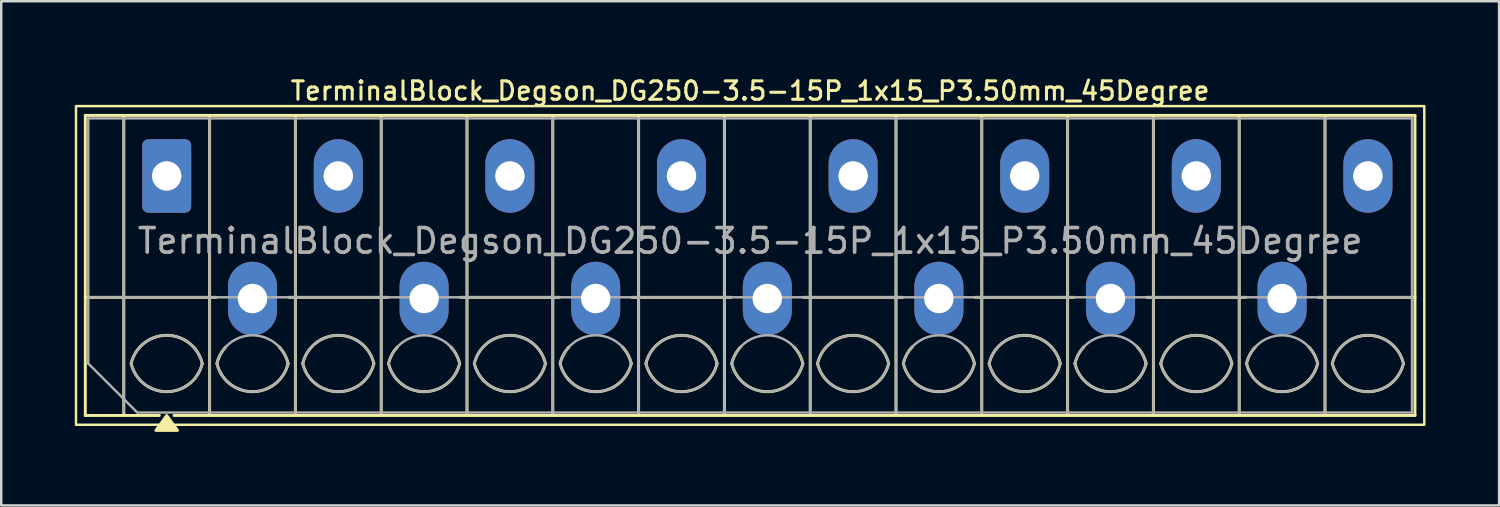
<source format=kicad_pcb>
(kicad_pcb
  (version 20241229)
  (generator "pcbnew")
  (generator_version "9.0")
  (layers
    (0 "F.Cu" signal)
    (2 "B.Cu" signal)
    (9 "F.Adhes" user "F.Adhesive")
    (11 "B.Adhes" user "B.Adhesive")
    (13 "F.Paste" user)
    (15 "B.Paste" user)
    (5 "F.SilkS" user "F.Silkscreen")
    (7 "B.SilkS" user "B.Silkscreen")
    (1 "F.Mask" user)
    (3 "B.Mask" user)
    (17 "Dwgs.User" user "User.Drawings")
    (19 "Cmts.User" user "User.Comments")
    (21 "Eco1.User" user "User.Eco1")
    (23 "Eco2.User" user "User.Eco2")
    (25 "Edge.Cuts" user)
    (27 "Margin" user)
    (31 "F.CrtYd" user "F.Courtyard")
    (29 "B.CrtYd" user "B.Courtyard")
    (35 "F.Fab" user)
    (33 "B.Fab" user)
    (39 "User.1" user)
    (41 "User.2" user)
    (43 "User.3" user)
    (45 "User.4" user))
  (footprint "TerminalBlock_Degson_DG250-3.5-15P_1x15_P3.50mm_45Degree"
    (layer "F.Cu")
    (at 3.75 4.128)
    (property "Reference" "TerminalBlock_Degson_DG250-3.5-15P_1x15_P3.50mm_45Degree" (at 23.8 -3.47 0) (layer "F.SilkS") (effects (font (size 0.75 0.75) (thickness 0.125))))
    (attr through_hole)
    (fp_line (start -3.32 -2.47) (end 50.92 -2.47) (stroke (width 0.12) (type solid)) (layer "F.SilkS"))
    (fp_line (start -3.32 4.95) (end 2.02 4.95) (stroke (width 0.12) (type solid)) (layer "F.SilkS"))
    (fp_line (start -3.32 9.77) (end -3.32 -2.47) (stroke (width 0.12) (type solid)) (layer "F.SilkS"))
    (fp_line (start -1.75 -2.47) (end -1.75 9.77) (stroke (width 0.12) (type solid)) (layer "F.SilkS"))
    (fp_line (start -0.3 9.77) (end -3.32 9.77) (stroke (width 0.12) (type solid)) (layer "F.SilkS"))
    (fp_line (start 1.75 -2.47) (end 1.75 9.77) (stroke (width 0.12) (type solid)) (layer "F.SilkS"))
    (fp_line (start 4.98 4.95) (end 9.02 4.95) (stroke (width 0.12) (type solid)) (layer "F.SilkS"))
    (fp_line (start 5.25 -2.47) (end 5.25 9.77) (stroke (width 0.12) (type solid)) (layer "F.SilkS"))
    (fp_line (start 8.75 -2.47) (end 8.75 9.77) (stroke (width 0.12) (type solid)) (layer "F.SilkS"))
    (fp_line (start 11.98 4.95) (end 16.02 4.95) (stroke (width 0.12) (type solid)) (layer "F.SilkS"))
    (fp_line (start 12.25 -2.47) (end 12.25 9.77) (stroke (width 0.12) (type solid)) (layer "F.SilkS"))
    (fp_line (start 15.75 -2.47) (end 15.75 9.77) (stroke (width 0.12) (type solid)) (layer "F.SilkS"))
    (fp_line (start 18.98 4.95) (end 23.02 4.95) (stroke (width 0.12) (type solid)) (layer "F.SilkS"))
    (fp_line (start 19.25 -2.47) (end 19.25 9.77) (stroke (width 0.12) (type solid)) (layer "F.SilkS"))
    (fp_line (start 22.75 -2.47) (end 22.75 9.77) (stroke (width 0.12) (type solid)) (layer "F.SilkS"))
    (fp_line (start 25.98 4.95) (end 30.02 4.95) (stroke (width 0.12) (type solid)) (layer "F.SilkS"))
    (fp_line (start 26.25 -2.47) (end 26.25 9.77) (stroke (width 0.12) (type solid)) (layer "F.SilkS"))
    (fp_line (start 29.75 -2.47) (end 29.75 9.77) (stroke (width 0.12) (type solid)) (layer "F.SilkS"))
    (fp_line (start 32.98 4.95) (end 37.02 4.95) (stroke (width 0.12) (type solid)) (layer "F.SilkS"))
    (fp_line (start 33.25 -2.47) (end 33.25 9.77) (stroke (width 0.12) (type solid)) (layer "F.SilkS"))
    (fp_line (start 36.75 -2.47) (end 36.75 9.77) (stroke (width 0.12) (type solid)) (layer "F.SilkS"))
    (fp_line (start 39.98 4.95) (end 44.02 4.95) (stroke (width 0.12) (type solid)) (layer "F.SilkS"))
    (fp_line (start 40.25 -2.47) (end 40.25 9.77) (stroke (width 0.12) (type solid)) (layer "F.SilkS"))
    (fp_line (start 43.75 -2.47) (end 43.75 9.77) (stroke (width 0.12) (type solid)) (layer "F.SilkS"))
    (fp_line (start 46.98 4.95) (end 50.92 4.95) (stroke (width 0.12) (type solid)) (layer "F.SilkS"))
    (fp_line (start 47.25 -2.47) (end 47.25 9.77) (stroke (width 0.12) (type solid)) (layer "F.SilkS"))
    (fp_line (start 50.92 -2.47) (end 50.92 9.77) (stroke (width 0.12) (type solid)) (layer "F.SilkS"))
    (fp_line (start 50.92 9.77) (end 0.3 9.77) (stroke (width 0.12) (type solid)) (layer "F.SilkS"))
    (fp_rect (start -3.7 -2.85) (end 51.3 10.15) (stroke (width 0.1) (type solid)) (fill no) (layer "F.SilkS"))
    (fp_arc (start -1.45 7.65) (mid 0 6.5) (end 1.45 7.65) (stroke (width 0.12) (type solid)) (layer "F.SilkS"))
    (fp_arc (start 1.45 7.65) (mid 0 8.8) (end -1.45 7.65) (stroke (width 0.12) (type solid)) (layer "F.SilkS"))
    (fp_arc (start 2.05 7.65) (mid 2.18402 7.291962) (end 2.405 6.98) (stroke (width 0.12) (type solid)) (layer "F.SilkS"))
    (fp_arc (start 4.595 6.98) (mid 4.81598 7.291962) (end 4.95 7.65) (stroke (width 0.12) (type solid)) (layer "F.SilkS"))
    (fp_arc (start 4.95 7.65) (mid 3.5 8.8) (end 2.05 7.65) (stroke (width 0.12) (type solid)) (layer "F.SilkS"))
    (fp_arc (start 5.55 7.65) (mid 7 6.5) (end 8.45 7.65) (stroke (width 0.12) (type solid)) (layer "F.SilkS"))
    (fp_arc (start 8.45 7.65) (mid 7 8.8) (end 5.55 7.65) (stroke (width 0.12) (type solid)) (layer "F.SilkS"))
    (fp_arc (start 9.05 7.65) (mid 9.18402 7.291962) (end 9.405 6.98) (stroke (width 0.12) (type solid)) (layer "F.SilkS"))
    (fp_arc (start 11.595 6.98) (mid 11.81598 7.291962) (end 11.95 7.65) (stroke (width 0.12) (type solid)) (layer "F.SilkS"))
    (fp_arc (start 11.95 7.65) (mid 10.5 8.8) (end 9.05 7.65) (stroke (width 0.12) (type solid)) (layer "F.SilkS"))
    (fp_arc (start 12.55 7.65) (mid 14 6.5) (end 15.45 7.65) (stroke (width 0.12) (type solid)) (layer "F.SilkS"))
    (fp_arc (start 15.45 7.65) (mid 14 8.8) (end 12.55 7.65) (stroke (width 0.12) (type solid)) (layer "F.SilkS"))
    (fp_arc (start 16.05 7.65) (mid 16.18402 7.291962) (end 16.405 6.98) (stroke (width 0.12) (type solid)) (layer "F.SilkS"))
    (fp_arc (start 18.595 6.98) (mid 18.81598 7.291962) (end 18.95 7.65) (stroke (width 0.12) (type solid)) (layer "F.SilkS"))
    (fp_arc (start 18.95 7.65) (mid 17.5 8.8) (end 16.05 7.65) (stroke (width 0.12) (type solid)) (layer "F.SilkS"))
    (fp_arc (start 19.55 7.65) (mid 21 6.5) (end 22.45 7.65) (stroke (width 0.12) (type solid)) (layer "F.SilkS"))
    (fp_arc (start 22.45 7.65) (mid 21 8.8) (end 19.55 7.65) (stroke (width 0.12) (type solid)) (layer "F.SilkS"))
    (fp_arc (start 23.05 7.65) (mid 23.18402 7.291962) (end 23.405 6.98) (stroke (width 0.12) (type solid)) (layer "F.SilkS"))
    (fp_arc (start 25.595 6.98) (mid 25.81598 7.291962) (end 25.95 7.65) (stroke (width 0.12) (type solid)) (layer "F.SilkS"))
    (fp_arc (start 25.95 7.65) (mid 24.5 8.8) (end 23.05 7.65) (stroke (width 0.12) (type solid)) (layer "F.SilkS"))
    (fp_arc (start 26.55 7.65) (mid 28 6.5) (end 29.45 7.65) (stroke (width 0.12) (type solid)) (layer "F.SilkS"))
    (fp_arc (start 29.45 7.65) (mid 28 8.8) (end 26.55 7.65) (stroke (width 0.12) (type solid)) (layer "F.SilkS"))
    (fp_arc (start 30.05 7.65) (mid 30.18402 7.291962) (end 30.405 6.98) (stroke (width 0.12) (type solid)) (layer "F.SilkS"))
    (fp_arc (start 32.595 6.98) (mid 32.81598 7.291962) (end 32.95 7.65) (stroke (width 0.12) (type solid)) (layer "F.SilkS"))
    (fp_arc (start 32.95 7.65) (mid 31.5 8.8) (end 30.05 7.65) (stroke (width 0.12) (type solid)) (layer "F.SilkS"))
    (fp_arc (start 33.55 7.65) (mid 35 6.5) (end 36.45 7.65) (stroke (width 0.12) (type solid)) (layer "F.SilkS"))
    (fp_arc (start 36.45 7.65) (mid 35 8.8) (end 33.55 7.65) (stroke (width 0.12) (type solid)) (layer "F.SilkS"))
    (fp_arc (start 37.05 7.65) (mid 37.18402 7.291962) (end 37.405 6.98) (stroke (width 0.12) (type solid)) (layer "F.SilkS"))
    (fp_arc (start 39.595 6.98) (mid 39.81598 7.291962) (end 39.95 7.65) (stroke (width 0.12) (type solid)) (layer "F.SilkS"))
    (fp_arc (start 39.95 7.65) (mid 38.5 8.8) (end 37.05 7.65) (stroke (width 0.12) (type solid)) (layer "F.SilkS"))
    (fp_arc (start 40.55 7.65) (mid 42 6.5) (end 43.45 7.65) (stroke (width 0.12) (type solid)) (layer "F.SilkS"))
    (fp_arc (start 43.45 7.65) (mid 42 8.8) (end 40.55 7.65) (stroke (width 0.12) (type solid)) (layer "F.SilkS"))
    (fp_arc (start 44.05 7.65) (mid 44.18402 7.291962) (end 44.405 6.98) (stroke (width 0.12) (type solid)) (layer "F.SilkS"))
    (fp_arc (start 46.595 6.98) (mid 46.81598 7.291962) (end 46.95 7.65) (stroke (width 0.12) (type solid)) (layer "F.SilkS"))
    (fp_arc (start 46.95 7.65) (mid 45.5 8.8) (end 44.05 7.65) (stroke (width 0.12) (type solid)) (layer "F.SilkS"))
    (fp_arc (start 47.55 7.65) (mid 49 6.5) (end 50.45 7.65) (stroke (width 0.12) (type solid)) (layer "F.SilkS"))
    (fp_arc (start 50.45 7.65) (mid 49 8.8) (end 47.55 7.65) (stroke (width 0.12) (type solid)) (layer "F.SilkS"))
    (fp_poly (pts (xy 0 9.77) (xy 0.44 10.38) (xy -0.44 10.38)) (stroke (width 0.12) (type solid)) (fill yes) (layer "F.SilkS"))
    (fp_line (start -3.2 -2.35) (end 50.8 -2.35) (stroke (width 0.1) (type solid)) (layer "F.Fab"))
    (fp_line (start -3.2 4.95) (end 50.8 4.95) (stroke (width 0.1) (type solid)) (layer "F.Fab"))
    (fp_line (start -3.2 7.65) (end -3.2 -2.35) (stroke (width 0.1) (type solid)) (layer "F.Fab"))
    (fp_line (start -1.75 -2.35) (end -1.75 9.65) (stroke (width 0.1) (type solid)) (layer "F.Fab"))
    (fp_line (start -1.2 9.65) (end -3.2 7.65) (stroke (width 0.1) (type solid)) (layer "F.Fab"))
    (fp_line (start 1.75 -2.35) (end 1.75 9.65) (stroke (width 0.1) (type solid)) (layer "F.Fab"))
    (fp_line (start 5.25 -2.35) (end 5.25 9.65) (stroke (width 0.1) (type solid)) (layer "F.Fab"))
    (fp_line (start 8.75 -2.35) (end 8.75 9.65) (stroke (width 0.1) (type solid)) (layer "F.Fab"))
    (fp_line (start 12.25 -2.35) (end 12.25 9.65) (stroke (width 0.1) (type solid)) (layer "F.Fab"))
    (fp_line (start 15.75 -2.35) (end 15.75 9.65) (stroke (width 0.1) (type solid)) (layer "F.Fab"))
    (fp_line (start 19.25 -2.35) (end 19.25 9.65) (stroke (width 0.1) (type solid)) (layer "F.Fab"))
    (fp_line (start 22.75 -2.35) (end 22.75 9.65) (stroke (width 0.1) (type solid)) (layer "F.Fab"))
    (fp_line (start 26.25 -2.35) (end 26.25 9.65) (stroke (width 0.1) (type solid)) (layer "F.Fab"))
    (fp_line (start 29.75 -2.35) (end 29.75 9.65) (stroke (width 0.1) (type solid)) (layer "F.Fab"))
    (fp_line (start 33.25 -2.35) (end 33.25 9.65) (stroke (width 0.1) (type solid)) (layer "F.Fab"))
    (fp_line (start 36.75 -2.35) (end 36.75 9.65) (stroke (width 0.1) (type solid)) (layer "F.Fab"))
    (fp_line (start 40.25 -2.35) (end 40.25 9.65) (stroke (width 0.1) (type solid)) (layer "F.Fab"))
    (fp_line (start 43.75 -2.35) (end 43.75 9.65) (stroke (width 0.1) (type solid)) (layer "F.Fab"))
    (fp_line (start 47.25 -2.35) (end 47.25 9.65) (stroke (width 0.1) (type solid)) (layer "F.Fab"))
    (fp_line (start 50.8 -2.35) (end 50.8 9.65) (stroke (width 0.1) (type solid)) (layer "F.Fab"))
    (fp_line (start 50.8 9.65) (end -1.2 9.65) (stroke (width 0.1) (type solid)) (layer "F.Fab"))
    (fp_arc (start -1.45 7.65) (mid 0 6.5) (end 1.45 7.65) (stroke (width 0.1) (type solid)) (layer "F.Fab"))
    (fp_arc (start 1.45 7.65) (mid 0 8.8) (end -1.45 7.65) (stroke (width 0.1) (type solid)) (layer "F.Fab"))
    (fp_arc (start 2.05 7.65) (mid 3.5 6.5) (end 4.95 7.65) (stroke (width 0.1) (type solid)) (layer "F.Fab"))
    (fp_arc (start 4.95 7.65) (mid 3.5 8.8) (end 2.05 7.65) (stroke (width 0.1) (type solid)) (layer "F.Fab"))
    (fp_arc (start 5.55 7.65) (mid 7 6.5) (end 8.45 7.65) (stroke (width 0.1) (type solid)) (layer "F.Fab"))
    (fp_arc (start 8.45 7.65) (mid 7 8.8) (end 5.55 7.65) (stroke (width 0.1) (type solid)) (layer "F.Fab"))
    (fp_arc (start 9.05 7.65) (mid 10.5 6.5) (end 11.95 7.65) (stroke (width 0.1) (type solid)) (layer "F.Fab"))
    (fp_arc (start 11.95 7.65) (mid 10.5 8.8) (end 9.05 7.65) (stroke (width 0.1) (type solid)) (layer "F.Fab"))
    (fp_arc (start 12.55 7.65) (mid 14 6.5) (end 15.45 7.65) (stroke (width 0.1) (type solid)) (layer "F.Fab"))
    (fp_arc (start 15.45 7.65) (mid 14 8.8) (end 12.55 7.65) (stroke (width 0.1) (type solid)) (layer "F.Fab"))
    (fp_arc (start 16.05 7.65) (mid 17.5 6.5) (end 18.95 7.65) (stroke (width 0.1) (type solid)) (layer "F.Fab"))
    (fp_arc (start 18.95 7.65) (mid 17.5 8.8) (end 16.05 7.65) (stroke (width 0.1) (type solid)) (layer "F.Fab"))
    (fp_arc (start 19.55 7.65) (mid 21 6.5) (end 22.45 7.65) (stroke (width 0.1) (type solid)) (layer "F.Fab"))
    (fp_arc (start 22.45 7.65) (mid 21 8.8) (end 19.55 7.65) (stroke (width 0.1) (type solid)) (layer "F.Fab"))
    (fp_arc (start 23.05 7.65) (mid 24.5 6.5) (end 25.95 7.65) (stroke (width 0.1) (type solid)) (layer "F.Fab"))
    (fp_arc (start 25.95 7.65) (mid 24.5 8.8) (end 23.05 7.65) (stroke (width 0.1) (type solid)) (layer "F.Fab"))
    (fp_arc (start 26.55 7.65) (mid 28 6.5) (end 29.45 7.65) (stroke (width 0.1) (type solid)) (layer "F.Fab"))
    (fp_arc (start 29.45 7.65) (mid 28 8.8) (end 26.55 7.65) (stroke (width 0.1) (type solid)) (layer "F.Fab"))
    (fp_arc (start 30.05 7.65) (mid 31.5 6.5) (end 32.95 7.65) (stroke (width 0.1) (type solid)) (layer "F.Fab"))
    (fp_arc (start 32.95 7.65) (mid 31.5 8.8) (end 30.05 7.65) (stroke (width 0.1) (type solid)) (layer "F.Fab"))
    (fp_arc (start 33.55 7.65) (mid 35 6.5) (end 36.45 7.65) (stroke (width 0.1) (type solid)) (layer "F.Fab"))
    (fp_arc (start 36.45 7.65) (mid 35 8.8) (end 33.55 7.65) (stroke (width 0.1) (type solid)) (layer "F.Fab"))
    (fp_arc (start 37.05 7.65) (mid 38.5 6.5) (end 39.95 7.65) (stroke (width 0.1) (type solid)) (layer "F.Fab"))
    (fp_arc (start 39.95 7.65) (mid 38.5 8.8) (end 37.05 7.65) (stroke (width 0.1) (type solid)) (layer "F.Fab"))
    (fp_arc (start 40.55 7.65) (mid 42 6.5) (end 43.45 7.65) (stroke (width 0.1) (type solid)) (layer "F.Fab"))
    (fp_arc (start 43.45 7.65) (mid 42 8.8) (end 40.55 7.65) (stroke (width 0.1) (type solid)) (layer "F.Fab"))
    (fp_arc (start 44.05 7.65) (mid 45.5 6.5) (end 46.95 7.65) (stroke (width 0.1) (type solid)) (layer "F.Fab"))
    (fp_arc (start 46.95 7.65) (mid 45.5 8.8) (end 44.05 7.65) (stroke (width 0.1) (type solid)) (layer "F.Fab"))
    (fp_arc (start 47.55 7.65) (mid 49 6.5) (end 50.45 7.65) (stroke (width 0.1) (type solid)) (layer "F.Fab"))
    (fp_arc (start 50.45 7.65) (mid 49 8.8) (end 47.55 7.65) (stroke (width 0.1) (type solid)) (layer "F.Fab"))
    (fp_text user "${REFERENCE}" (at 23.8 2.65 0) (layer "F.Fab") (effects (font (size 1 1) (thickness 0.15))))
    (pad "1" thru_hole roundrect (at 0 0) (size 2 3) (drill 1.2) (layers "*.Cu" "*.Mask") (roundrect_rratio 0.125))
    (pad "2" thru_hole oval (at 3.5 5) (size 2 3) (drill 1.2) (layers "*.Cu" "*.Mask"))
    (pad "3" thru_hole oval (at 7 0) (size 2 3) (drill 1.2) (layers "*.Cu" "*.Mask"))
    (pad "4" thru_hole oval (at 10.5 5) (size 2 3) (drill 1.2) (layers "*.Cu" "*.Mask"))
    (pad "5" thru_hole oval (at 14 0) (size 2 3) (drill 1.2) (layers "*.Cu" "*.Mask"))
    (pad "6" thru_hole oval (at 17.5 5) (size 2 3) (drill 1.2) (layers "*.Cu" "*.Mask"))
    (pad "7" thru_hole oval (at 21 0) (size 2 3) (drill 1.2) (layers "*.Cu" "*.Mask"))
    (pad "8" thru_hole oval (at 24.5 5) (size 2 3) (drill 1.2) (layers "*.Cu" "*.Mask"))
    (pad "9" thru_hole oval (at 28 0) (size 2 3) (drill 1.2) (layers "*.Cu" "*.Mask"))
    (pad "10" thru_hole oval (at 31.5 5) (size 2 3) (drill 1.2) (layers "*.Cu" "*.Mask"))
    (pad "11" thru_hole oval (at 35 0) (size 2 3) (drill 1.2) (layers "*.Cu" "*.Mask"))
    (pad "12" thru_hole oval (at 38.5 5) (size 2 3) (drill 1.2) (layers "*.Cu" "*.Mask"))
    (pad "13" thru_hole oval (at 42 0) (size 2 3) (drill 1.2) (layers "*.Cu" "*.Mask"))
    (pad "14" thru_hole oval (at 45.5 5) (size 2 3) (drill 1.2) (layers "*.Cu" "*.Mask"))
    (pad "15" thru_hole oval (at 49 0) (size 2 3) (drill 1.2) (layers "*.Cu" "*.Mask")))
  (gr_rect
    (start -3 -3)
    (end 58.1 17.568)
    (stroke (width 0.1) (type default))
    (fill no)
    (layer "Edge.Cuts")))
</source>
